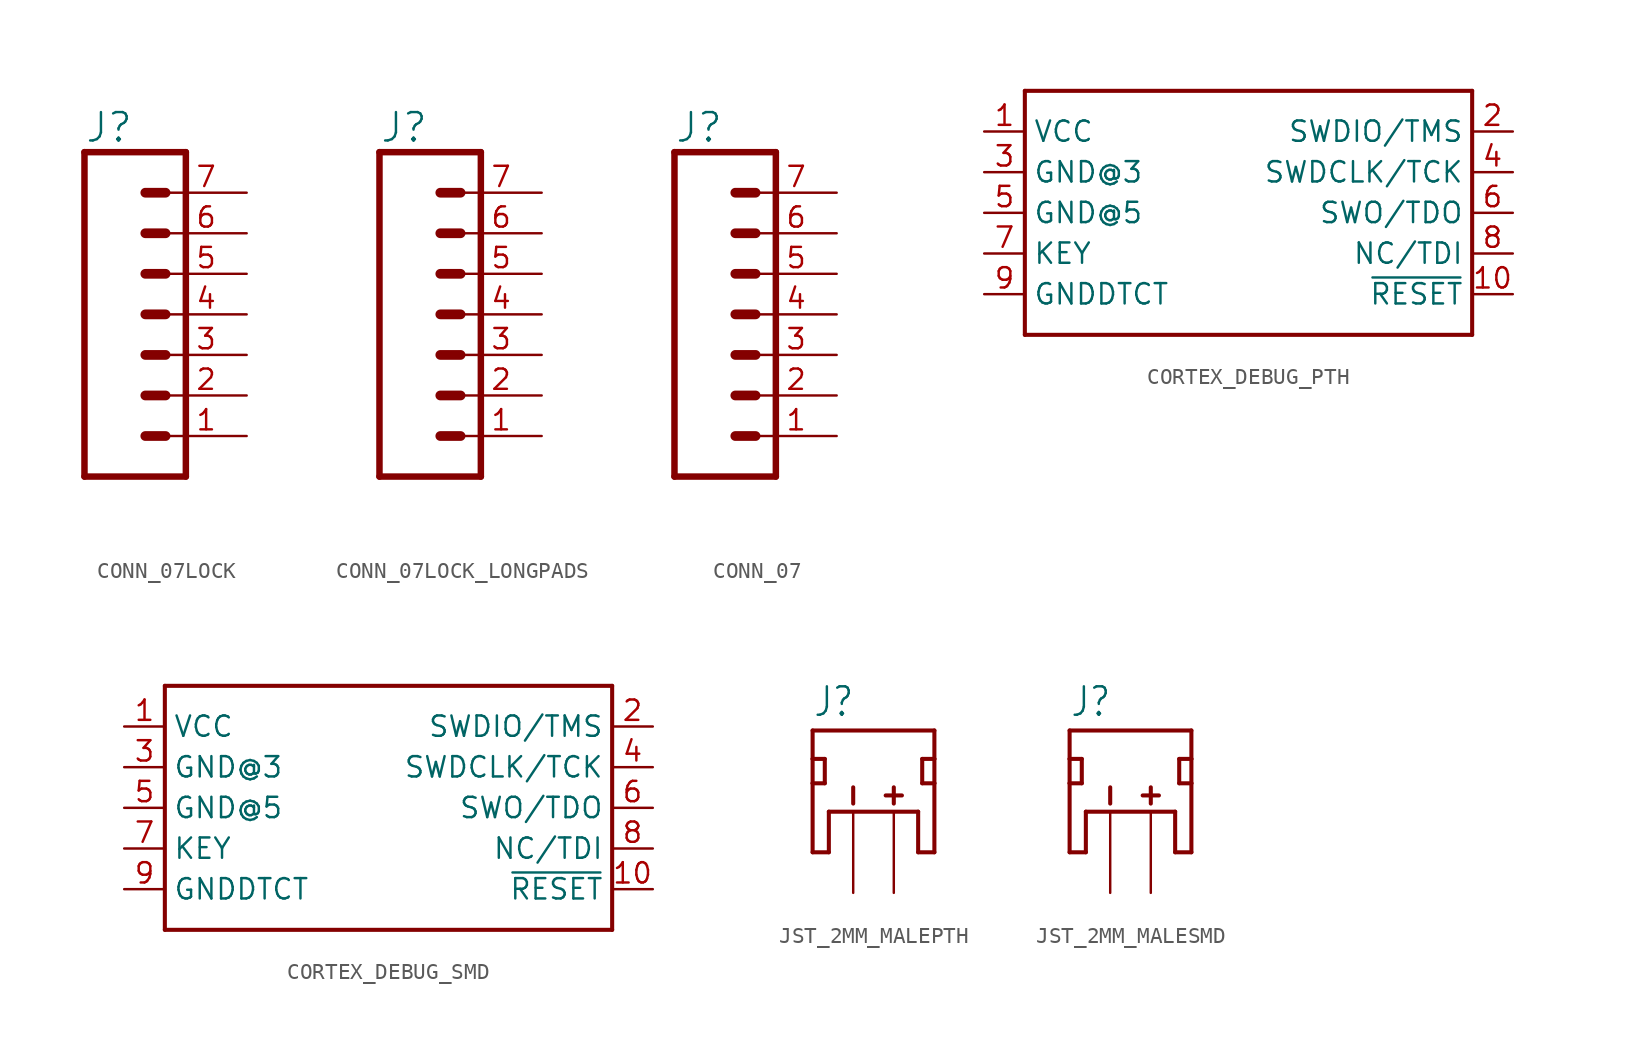
<source format=kicad_sym>
(kicad_symbol_lib
  (version 20220914)
  (generator kicad_symbol_editor)
  (symbol "CONN_07LOCK"
    (property "Reference" "J"
      (at -5.08 13.208 0)
      (effects (font (size 1.778 1.778)) (justify left bottom)))
    (property "Value" ""
      (at -5.08 -9.906 0)
      (effects (font (size 1.778 1.778)) (justify left bottom)))
    (property "ki_locked" ""
      (at 0 0 0)
      (effects (font (size 1.27 1.27))))
    (symbol "CONN_07LOCK_1_0"
      (polyline (pts (xy -5.08 12.7) (xy -5.08 -7.62)) (stroke (width 0.406) (type solid)) (fill (type none)))
      (polyline (pts (xy -5.08 12.7) (xy 1.27 12.7)) (stroke (width 0.406) (type solid)) (fill (type none)))
      (polyline (pts (xy -1.27 -5.08) (xy 0 -5.08)) (stroke (width 0.61) (type solid)) (fill (type none)))
      (polyline (pts (xy -1.27 -2.54) (xy 0 -2.54)) (stroke (width 0.61) (type solid)) (fill (type none)))
      (polyline (pts (xy -1.27 0) (xy 0 0)) (stroke (width 0.61) (type solid)) (fill (type none)))
      (polyline (pts (xy -1.27 2.54) (xy 0 2.54)) (stroke (width 0.61) (type solid)) (fill (type none)))
      (polyline (pts (xy -1.27 5.08) (xy 0 5.08)) (stroke (width 0.61) (type solid)) (fill (type none)))
      (polyline (pts (xy -1.27 7.62) (xy 0 7.62)) (stroke (width 0.61) (type solid)) (fill (type none)))
      (polyline (pts (xy -1.27 10.16) (xy 0 10.16)) (stroke (width 0.61) (type solid)) (fill (type none)))
      (polyline (pts (xy 1.27 -7.62) (xy -5.08 -7.62)) (stroke (width 0.406) (type solid)) (fill (type none)))
      (polyline (pts (xy 1.27 -7.62) (xy 1.27 12.7)) (stroke (width 0.406) (type solid)) (fill (type none)))
      (pin passive line (at 5.08 -5.08 180) (length 5.08) (name "1" (effects (font (size 0 0)))) (number "1" (effects (font (size 1.27 1.27)))))
      (pin passive line (at 5.08 -2.54 180) (length 5.08) (name "2" (effects (font (size 0 0)))) (number "2" (effects (font (size 1.27 1.27)))))
      (pin passive line (at 5.08 0 180) (length 5.08) (name "3" (effects (font (size 0 0)))) (number "3" (effects (font (size 1.27 1.27)))))
      (pin passive line (at 5.08 2.54 180) (length 5.08) (name "4" (effects (font (size 0 0)))) (number "4" (effects (font (size 1.27 1.27)))))
      (pin passive line (at 5.08 5.08 180) (length 5.08) (name "5" (effects (font (size 0 0)))) (number "5" (effects (font (size 1.27 1.27)))))
      (pin passive line (at 5.08 7.62 180) (length 5.08) (name "6" (effects (font (size 0 0)))) (number "6" (effects (font (size 1.27 1.27)))))
      (pin passive line (at 5.08 10.16 180) (length 5.08) (name "7" (effects (font (size 0 0)))) (number "7" (effects (font (size 1.27 1.27)))))))
  (symbol "CONN_07LOCK_LONGPADS"
    (property "Reference" "J"
      (at -5.08 13.208 0)
      (effects (font (size 1.778 1.778)) (justify left bottom)))
    (property "Value" ""
      (at -5.08 -9.906 0)
      (effects (font (size 1.778 1.778)) (justify left bottom)))
    (property "ki_locked" ""
      (at 0 0 0)
      (effects (font (size 1.27 1.27))))
    (symbol "CONN_07LOCK_LONGPADS_1_0"
      (polyline (pts (xy -5.08 12.7) (xy -5.08 -7.62)) (stroke (width 0.406) (type solid)) (fill (type none)))
      (polyline (pts (xy -5.08 12.7) (xy 1.27 12.7)) (stroke (width 0.406) (type solid)) (fill (type none)))
      (polyline (pts (xy -1.27 -5.08) (xy 0 -5.08)) (stroke (width 0.61) (type solid)) (fill (type none)))
      (polyline (pts (xy -1.27 -2.54) (xy 0 -2.54)) (stroke (width 0.61) (type solid)) (fill (type none)))
      (polyline (pts (xy -1.27 0) (xy 0 0)) (stroke (width 0.61) (type solid)) (fill (type none)))
      (polyline (pts (xy -1.27 2.54) (xy 0 2.54)) (stroke (width 0.61) (type solid)) (fill (type none)))
      (polyline (pts (xy -1.27 5.08) (xy 0 5.08)) (stroke (width 0.61) (type solid)) (fill (type none)))
      (polyline (pts (xy -1.27 7.62) (xy 0 7.62)) (stroke (width 0.61) (type solid)) (fill (type none)))
      (polyline (pts (xy -1.27 10.16) (xy 0 10.16)) (stroke (width 0.61) (type solid)) (fill (type none)))
      (polyline (pts (xy 1.27 -7.62) (xy -5.08 -7.62)) (stroke (width 0.406) (type solid)) (fill (type none)))
      (polyline (pts (xy 1.27 -7.62) (xy 1.27 12.7)) (stroke (width 0.406) (type solid)) (fill (type none)))
      (pin passive line (at 5.08 -5.08 180) (length 5.08) (name "1" (effects (font (size 0 0)))) (number "1" (effects (font (size 1.27 1.27)))))
      (pin passive line (at 5.08 -2.54 180) (length 5.08) (name "2" (effects (font (size 0 0)))) (number "2" (effects (font (size 1.27 1.27)))))
      (pin passive line (at 5.08 0 180) (length 5.08) (name "3" (effects (font (size 0 0)))) (number "3" (effects (font (size 1.27 1.27)))))
      (pin passive line (at 5.08 2.54 180) (length 5.08) (name "4" (effects (font (size 0 0)))) (number "4" (effects (font (size 1.27 1.27)))))
      (pin passive line (at 5.08 5.08 180) (length 5.08) (name "5" (effects (font (size 0 0)))) (number "5" (effects (font (size 1.27 1.27)))))
      (pin passive line (at 5.08 7.62 180) (length 5.08) (name "6" (effects (font (size 0 0)))) (number "6" (effects (font (size 1.27 1.27)))))
      (pin passive line (at 5.08 10.16 180) (length 5.08) (name "7" (effects (font (size 0 0)))) (number "7" (effects (font (size 1.27 1.27)))))))
  (symbol "CONN_07"
    (property "Reference" "J"
      (at -5.08 13.208 0)
      (effects (font (size 1.778 1.778)) (justify left bottom)))
    (property "Value" ""
      (at -5.08 -9.906 0)
      (effects (font (size 1.778 1.778)) (justify left bottom)))
    (property "ki_locked" ""
      (at 0 0 0)
      (effects (font (size 1.27 1.27))))
    (symbol "CONN_07_1_0"
      (polyline (pts (xy -5.08 12.7) (xy -5.08 -7.62)) (stroke (width 0.406) (type solid)) (fill (type none)))
      (polyline (pts (xy -5.08 12.7) (xy 1.27 12.7)) (stroke (width 0.406) (type solid)) (fill (type none)))
      (polyline (pts (xy -1.27 -5.08) (xy 0 -5.08)) (stroke (width 0.61) (type solid)) (fill (type none)))
      (polyline (pts (xy -1.27 -2.54) (xy 0 -2.54)) (stroke (width 0.61) (type solid)) (fill (type none)))
      (polyline (pts (xy -1.27 0) (xy 0 0)) (stroke (width 0.61) (type solid)) (fill (type none)))
      (polyline (pts (xy -1.27 2.54) (xy 0 2.54)) (stroke (width 0.61) (type solid)) (fill (type none)))
      (polyline (pts (xy -1.27 5.08) (xy 0 5.08)) (stroke (width 0.61) (type solid)) (fill (type none)))
      (polyline (pts (xy -1.27 7.62) (xy 0 7.62)) (stroke (width 0.61) (type solid)) (fill (type none)))
      (polyline (pts (xy -1.27 10.16) (xy 0 10.16)) (stroke (width 0.61) (type solid)) (fill (type none)))
      (polyline (pts (xy 1.27 -7.62) (xy -5.08 -7.62)) (stroke (width 0.406) (type solid)) (fill (type none)))
      (polyline (pts (xy 1.27 -7.62) (xy 1.27 12.7)) (stroke (width 0.406) (type solid)) (fill (type none)))
      (pin passive line (at 5.08 -5.08 180) (length 5.08) (name "1" (effects (font (size 0 0)))) (number "1" (effects (font (size 1.27 1.27)))))
      (pin passive line (at 5.08 -2.54 180) (length 5.08) (name "2" (effects (font (size 0 0)))) (number "2" (effects (font (size 1.27 1.27)))))
      (pin passive line (at 5.08 0 180) (length 5.08) (name "3" (effects (font (size 0 0)))) (number "3" (effects (font (size 1.27 1.27)))))
      (pin passive line (at 5.08 2.54 180) (length 5.08) (name "4" (effects (font (size 0 0)))) (number "4" (effects (font (size 1.27 1.27)))))
      (pin passive line (at 5.08 5.08 180) (length 5.08) (name "5" (effects (font (size 0 0)))) (number "5" (effects (font (size 1.27 1.27)))))
      (pin passive line (at 5.08 7.62 180) (length 5.08) (name "6" (effects (font (size 0 0)))) (number "6" (effects (font (size 1.27 1.27)))))
      (pin passive line (at 5.08 10.16 180) (length 5.08) (name "7" (effects (font (size 0 0)))) (number "7" (effects (font (size 1.27 1.27)))))))
  (symbol "CORTEX_DEBUG_PTH"
    (property "Reference" "J"
      (at -12.7 7.874 0)
      (effects (font (size 1.778 1.778)) (justify left bottom) hide))
    (property "ki_locked" ""
      (at 0 0 0)
      (effects (font (size 1.27 1.27))))
    (symbol "CORTEX_DEBUG_PTH_1_0"
      (polyline (pts (xy -12.7 -7.62) (xy -12.7 7.62)) (stroke (width 0.254) (type solid)) (fill (type none)))
      (polyline (pts (xy -12.7 7.62) (xy 15.24 7.62)) (stroke (width 0.254) (type solid)) (fill (type none)))
      (polyline (pts (xy 15.24 -7.62) (xy -12.7 -7.62)) (stroke (width 0.254) (type solid)) (fill (type none)))
      (polyline (pts (xy 15.24 7.62) (xy 15.24 -7.62)) (stroke (width 0.254) (type solid)) (fill (type none)))
      (pin bidirectional line (at -15.24 5.08 0) (length 2.54) (name "VCC" (effects (font (size 1.27 1.27)))) (number "1" (effects (font (size 1.27 1.27)))))
      (pin bidirectional line (at 17.78 -5.08 180) (length 2.54) (name "~{RESET}" (effects (font (size 1.27 1.27)))) (number "10" (effects (font (size 1.27 1.27)))))
      (pin bidirectional line (at 17.78 5.08 180) (length 2.54) (name "SWDIO/TMS" (effects (font (size 1.27 1.27)))) (number "2" (effects (font (size 1.27 1.27)))))
      (pin bidirectional line (at -15.24 2.54 0) (length 2.54) (name "GND@3" (effects (font (size 1.27 1.27)))) (number "3" (effects (font (size 1.27 1.27)))))
      (pin bidirectional line (at 17.78 2.54 180) (length 2.54) (name "SWDCLK/TCK" (effects (font (size 1.27 1.27)))) (number "4" (effects (font (size 1.27 1.27)))))
      (pin bidirectional line (at -15.24 0 0) (length 2.54) (name "GND@5" (effects (font (size 1.27 1.27)))) (number "5" (effects (font (size 1.27 1.27)))))
      (pin bidirectional line (at 17.78 0 180) (length 2.54) (name "SWO/TDO" (effects (font (size 1.27 1.27)))) (number "6" (effects (font (size 1.27 1.27)))))
      (pin bidirectional line (at -15.24 -2.54 0) (length 2.54) (name "KEY" (effects (font (size 1.27 1.27)))) (number "7" (effects (font (size 1.27 1.27)))))
      (pin bidirectional line (at 17.78 -2.54 180) (length 2.54) (name "NC/TDI" (effects (font (size 1.27 1.27)))) (number "8" (effects (font (size 1.27 1.27)))))
      (pin bidirectional line (at -15.24 -5.08 0) (length 2.54) (name "GNDDTCT" (effects (font (size 1.27 1.27)))) (number "9" (effects (font (size 1.27 1.27)))))))
  (symbol "CORTEX_DEBUG_SMD"
    (property "Reference" "J"
      (at -12.7 7.874 0)
      (effects (font (size 1.778 1.778)) (justify left bottom) hide))
    (property "ki_locked" ""
      (at 0 0 0)
      (effects (font (size 1.27 1.27))))
    (symbol "CORTEX_DEBUG_SMD_1_0"
      (polyline (pts (xy -12.7 -7.62) (xy -12.7 7.62)) (stroke (width 0.254) (type solid)) (fill (type none)))
      (polyline (pts (xy -12.7 7.62) (xy 15.24 7.62)) (stroke (width 0.254) (type solid)) (fill (type none)))
      (polyline (pts (xy 15.24 -7.62) (xy -12.7 -7.62)) (stroke (width 0.254) (type solid)) (fill (type none)))
      (polyline (pts (xy 15.24 7.62) (xy 15.24 -7.62)) (stroke (width 0.254) (type solid)) (fill (type none)))
      (pin bidirectional line (at -15.24 5.08 0) (length 2.54) (name "VCC" (effects (font (size 1.27 1.27)))) (number "1" (effects (font (size 1.27 1.27)))))
      (pin bidirectional line (at 17.78 -5.08 180) (length 2.54) (name "~{RESET}" (effects (font (size 1.27 1.27)))) (number "10" (effects (font (size 1.27 1.27)))))
      (pin bidirectional line (at 17.78 5.08 180) (length 2.54) (name "SWDIO/TMS" (effects (font (size 1.27 1.27)))) (number "2" (effects (font (size 1.27 1.27)))))
      (pin bidirectional line (at -15.24 2.54 0) (length 2.54) (name "GND@3" (effects (font (size 1.27 1.27)))) (number "3" (effects (font (size 1.27 1.27)))))
      (pin bidirectional line (at 17.78 2.54 180) (length 2.54) (name "SWDCLK/TCK" (effects (font (size 1.27 1.27)))) (number "4" (effects (font (size 1.27 1.27)))))
      (pin bidirectional line (at -15.24 0 0) (length 2.54) (name "GND@5" (effects (font (size 1.27 1.27)))) (number "5" (effects (font (size 1.27 1.27)))))
      (pin bidirectional line (at 17.78 0 180) (length 2.54) (name "SWO/TDO" (effects (font (size 1.27 1.27)))) (number "6" (effects (font (size 1.27 1.27)))))
      (pin bidirectional line (at -15.24 -2.54 0) (length 2.54) (name "KEY" (effects (font (size 1.27 1.27)))) (number "7" (effects (font (size 1.27 1.27)))))
      (pin bidirectional line (at 17.78 -2.54 180) (length 2.54) (name "NC/TDI" (effects (font (size 1.27 1.27)))) (number "8" (effects (font (size 1.27 1.27)))))
      (pin bidirectional line (at -15.24 -5.08 0) (length 2.54) (name "GNDDTCT" (effects (font (size 1.27 1.27)))) (number "9" (effects (font (size 1.27 1.27)))))))
  (symbol "JST_2MM_MALEPTH"
    (property "Reference" "J"
      (at -2.54 5.842 0)
      (effects (font (size 1.778 1.511)) (justify left bottom)))
    (property "ki_locked" ""
      (at 0 0 0)
      (effects (font (size 1.27 1.27))))
    (symbol "JST_2MM_MALEPTH_1_0"
      (polyline (pts (xy -2.54 -2.54) (xy -2.54 1.778)) (stroke (width 0.254) (type solid)) (fill (type none)))
      (polyline (pts (xy -2.54 -2.54) (xy -1.524 -2.54)) (stroke (width 0.254) (type solid)) (fill (type none)))
      (polyline (pts (xy -2.54 1.778) (xy -2.54 3.302)) (stroke (width 0.254) (type solid)) (fill (type none)))
      (polyline (pts (xy -2.54 1.778) (xy -1.778 1.778)) (stroke (width 0.254) (type solid)) (fill (type none)))
      (polyline (pts (xy -2.54 3.302) (xy -2.54 5.08)) (stroke (width 0.254) (type solid)) (fill (type none)))
      (polyline (pts (xy -2.54 5.08) (xy 5.08 5.08)) (stroke (width 0.254) (type solid)) (fill (type none)))
      (polyline (pts (xy -1.778 1.778) (xy -1.778 3.302)) (stroke (width 0.254) (type solid)) (fill (type none)))
      (polyline (pts (xy -1.778 3.302) (xy -2.54 3.302)) (stroke (width 0.254) (type solid)) (fill (type none)))
      (polyline (pts (xy -1.524 0) (xy -1.524 -2.54)) (stroke (width 0.254) (type solid)) (fill (type none)))
      (polyline (pts (xy 0 0.508) (xy 0 1.524)) (stroke (width 0.254) (type solid)) (fill (type none)))
      (polyline (pts (xy 2.032 1.016) (xy 3.048 1.016)) (stroke (width 0.254) (type solid)) (fill (type none)))
      (polyline (pts (xy 2.54 0.508) (xy 2.54 1.524)) (stroke (width 0.254) (type solid)) (fill (type none)))
      (polyline (pts (xy 4.064 -2.54) (xy 4.064 0)) (stroke (width 0.254) (type solid)) (fill (type none)))
      (polyline (pts (xy 4.064 0) (xy -1.524 0)) (stroke (width 0.254) (type solid)) (fill (type none)))
      (polyline (pts (xy 4.318 1.778) (xy 4.318 3.302)) (stroke (width 0.254) (type solid)) (fill (type none)))
      (polyline (pts (xy 4.318 3.302) (xy 5.08 3.302)) (stroke (width 0.254) (type solid)) (fill (type none)))
      (polyline (pts (xy 5.08 -2.54) (xy 4.064 -2.54)) (stroke (width 0.254) (type solid)) (fill (type none)))
      (polyline (pts (xy 5.08 1.778) (xy 4.318 1.778)) (stroke (width 0.254) (type solid)) (fill (type none)))
      (polyline (pts (xy 5.08 1.778) (xy 5.08 -2.54)) (stroke (width 0.254) (type solid)) (fill (type none)))
      (polyline (pts (xy 5.08 3.302) (xy 5.08 1.778)) (stroke (width 0.254) (type solid)) (fill (type none)))
      (polyline (pts (xy 5.08 5.08) (xy 5.08 3.302)) (stroke (width 0.254) (type solid)) (fill (type none)))
      (pin bidirectional line (at 0 -5.08 90) (length 5.08) (name "-" (effects (font (size 0 0)))) (number "1" (effects (font (size 0 0)))))
      (pin bidirectional line (at 2.54 -5.08 90) (length 5.08) (name "+" (effects (font (size 0 0)))) (number "2" (effects (font (size 0 0)))))))
  (symbol "JST_2MM_MALESMD"
    (property "Reference" "J"
      (at -2.54 5.842 0)
      (effects (font (size 1.778 1.511)) (justify left bottom)))
    (property "ki_locked" ""
      (at 0 0 0)
      (effects (font (size 1.27 1.27))))
    (symbol "JST_2MM_MALESMD_1_0"
      (polyline (pts (xy -2.54 -2.54) (xy -2.54 1.778)) (stroke (width 0.254) (type solid)) (fill (type none)))
      (polyline (pts (xy -2.54 -2.54) (xy -1.524 -2.54)) (stroke (width 0.254) (type solid)) (fill (type none)))
      (polyline (pts (xy -2.54 1.778) (xy -2.54 3.302)) (stroke (width 0.254) (type solid)) (fill (type none)))
      (polyline (pts (xy -2.54 1.778) (xy -1.778 1.778)) (stroke (width 0.254) (type solid)) (fill (type none)))
      (polyline (pts (xy -2.54 3.302) (xy -2.54 5.08)) (stroke (width 0.254) (type solid)) (fill (type none)))
      (polyline (pts (xy -2.54 5.08) (xy 5.08 5.08)) (stroke (width 0.254) (type solid)) (fill (type none)))
      (polyline (pts (xy -1.778 1.778) (xy -1.778 3.302)) (stroke (width 0.254) (type solid)) (fill (type none)))
      (polyline (pts (xy -1.778 3.302) (xy -2.54 3.302)) (stroke (width 0.254) (type solid)) (fill (type none)))
      (polyline (pts (xy -1.524 0) (xy -1.524 -2.54)) (stroke (width 0.254) (type solid)) (fill (type none)))
      (polyline (pts (xy 0 0.508) (xy 0 1.524)) (stroke (width 0.254) (type solid)) (fill (type none)))
      (polyline (pts (xy 2.032 1.016) (xy 3.048 1.016)) (stroke (width 0.254) (type solid)) (fill (type none)))
      (polyline (pts (xy 2.54 0.508) (xy 2.54 1.524)) (stroke (width 0.254) (type solid)) (fill (type none)))
      (polyline (pts (xy 4.064 -2.54) (xy 4.064 0)) (stroke (width 0.254) (type solid)) (fill (type none)))
      (polyline (pts (xy 4.064 0) (xy -1.524 0)) (stroke (width 0.254) (type solid)) (fill (type none)))
      (polyline (pts (xy 4.318 1.778) (xy 4.318 3.302)) (stroke (width 0.254) (type solid)) (fill (type none)))
      (polyline (pts (xy 4.318 3.302) (xy 5.08 3.302)) (stroke (width 0.254) (type solid)) (fill (type none)))
      (polyline (pts (xy 5.08 -2.54) (xy 4.064 -2.54)) (stroke (width 0.254) (type solid)) (fill (type none)))
      (polyline (pts (xy 5.08 1.778) (xy 4.318 1.778)) (stroke (width 0.254) (type solid)) (fill (type none)))
      (polyline (pts (xy 5.08 1.778) (xy 5.08 -2.54)) (stroke (width 0.254) (type solid)) (fill (type none)))
      (polyline (pts (xy 5.08 3.302) (xy 5.08 1.778)) (stroke (width 0.254) (type solid)) (fill (type none)))
      (polyline (pts (xy 5.08 5.08) (xy 5.08 3.302)) (stroke (width 0.254) (type solid)) (fill (type none)))
      (pin bidirectional line (at 0 -5.08 90) (length 5.08) (name "-" (effects (font (size 0 0)))) (number "1" (effects (font (size 0 0)))))
      (pin bidirectional line (at 2.54 -5.08 90) (length 5.08) (name "+" (effects (font (size 0 0)))) (number "2" (effects (font (size 0 0))))))))
</source>
